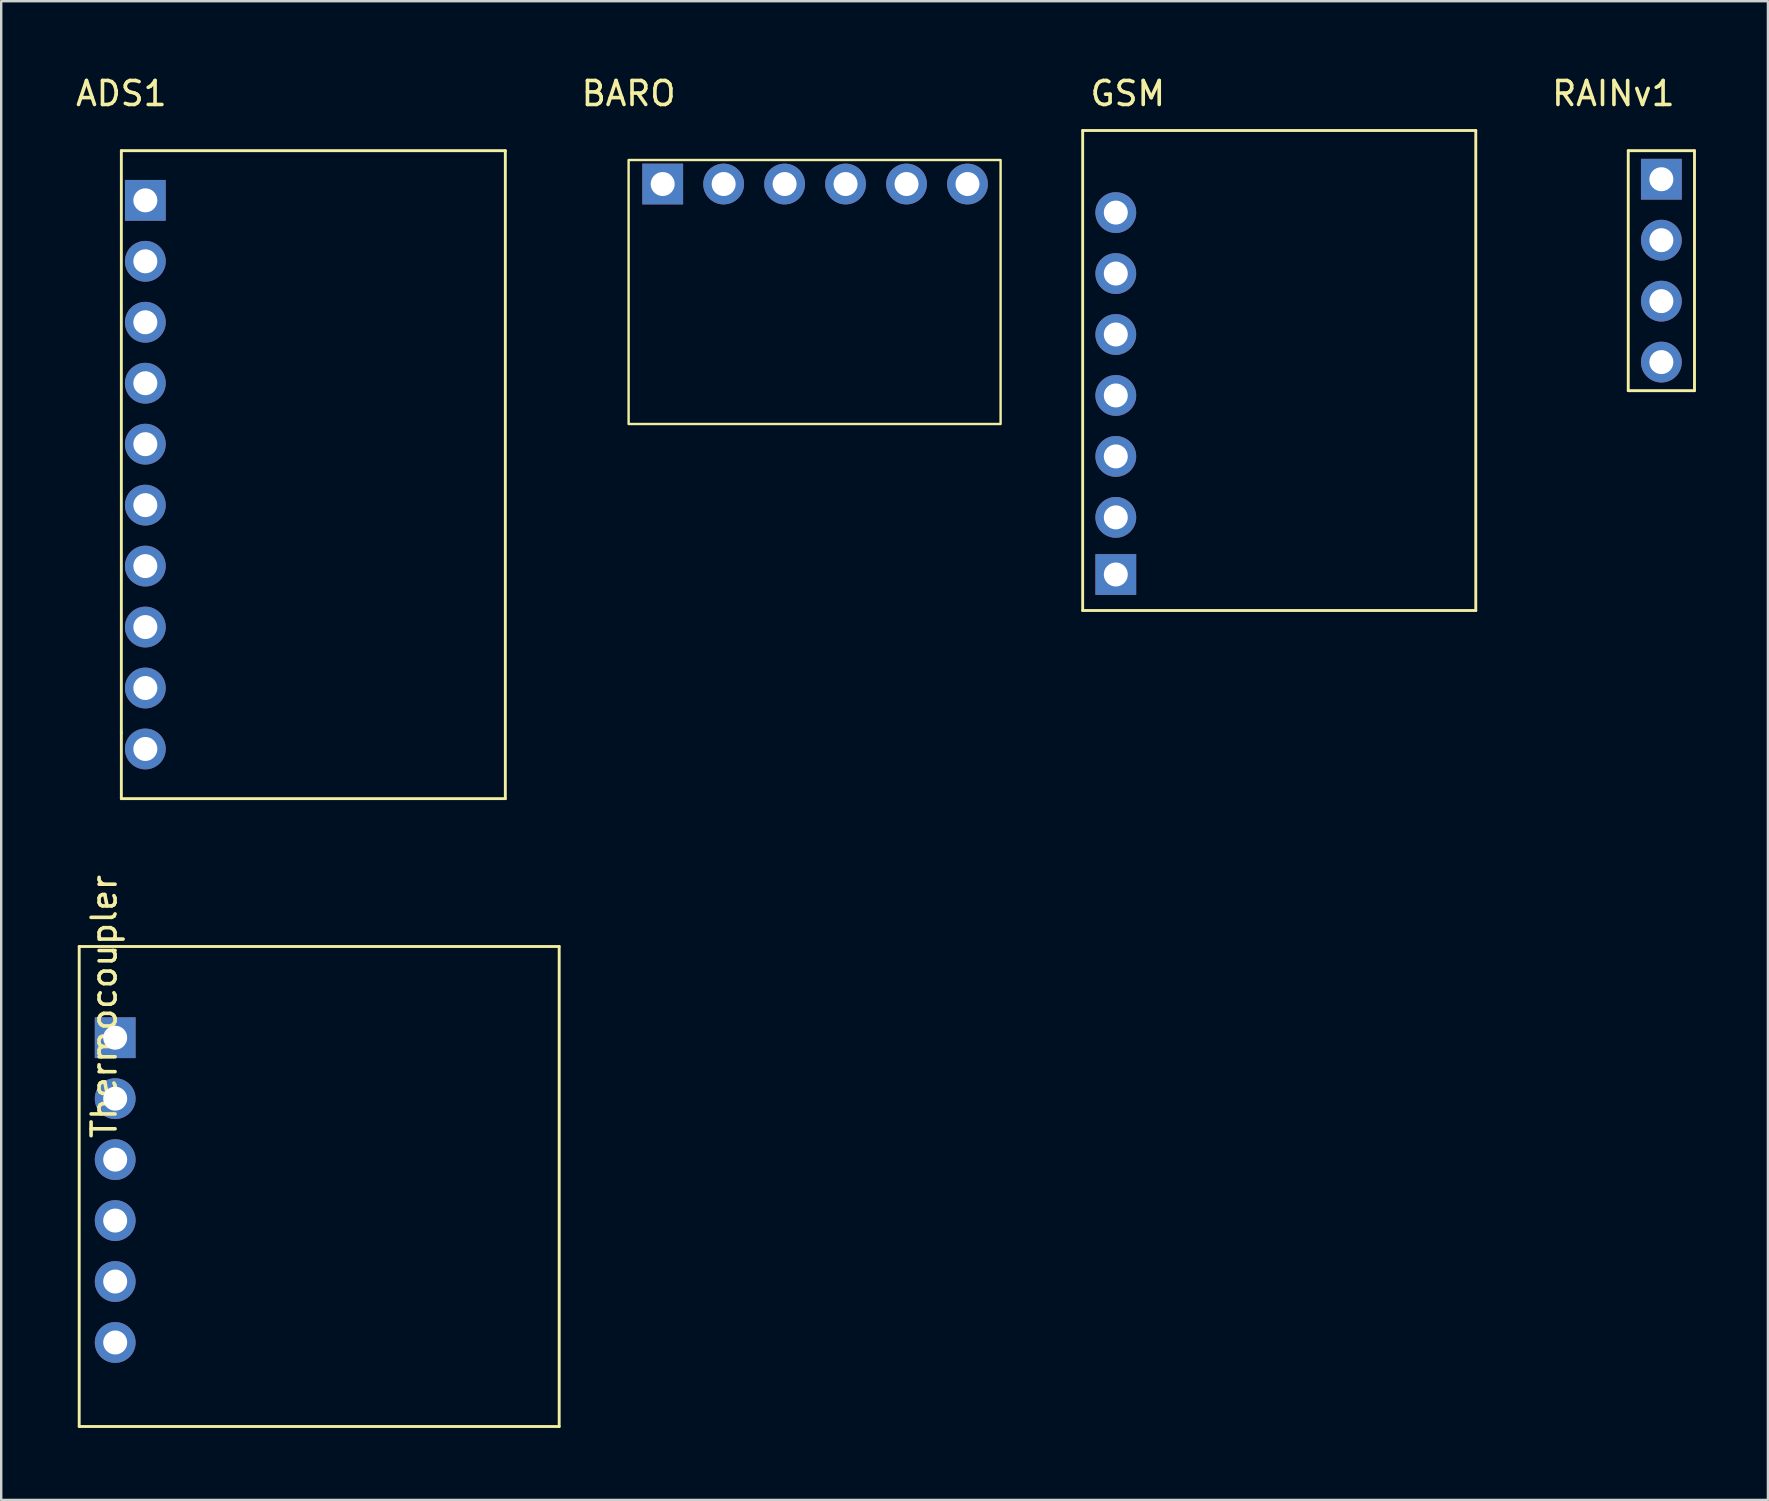
<source format=kicad_pcb>
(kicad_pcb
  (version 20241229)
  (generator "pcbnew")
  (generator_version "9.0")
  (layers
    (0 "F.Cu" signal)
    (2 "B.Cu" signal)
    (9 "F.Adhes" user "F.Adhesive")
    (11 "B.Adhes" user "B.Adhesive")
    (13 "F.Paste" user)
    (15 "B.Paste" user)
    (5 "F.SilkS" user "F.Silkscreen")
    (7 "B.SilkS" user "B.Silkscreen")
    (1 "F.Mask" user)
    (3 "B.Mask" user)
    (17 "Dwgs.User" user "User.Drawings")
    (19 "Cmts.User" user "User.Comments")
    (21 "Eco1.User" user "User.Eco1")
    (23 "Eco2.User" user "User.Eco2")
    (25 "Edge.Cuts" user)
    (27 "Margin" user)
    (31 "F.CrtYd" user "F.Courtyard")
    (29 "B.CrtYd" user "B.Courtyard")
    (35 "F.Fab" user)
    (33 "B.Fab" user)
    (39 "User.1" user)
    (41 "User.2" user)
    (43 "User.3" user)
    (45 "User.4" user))
  (footprint "GSM"
    (layer "F.Cu")
    (at 41.943 0.888)
    (property "Reference" "GSM" (at 2 -0.04 0) (layer "F.SilkS") (effects (font (size 1 1) (thickness 0.15))))
    (attr through_hole)
    (fp_line (start 0.12 21.5) (end 0.12 1.5) (stroke (width 0.12) (type solid)) (layer "F.SilkS"))
    (fp_line (start 16.5 1.5) (end 0.12 1.5) (stroke (width 0.12) (type solid)) (layer "F.SilkS"))
    (fp_line (start 16.5 21.5) (end 0.12 21.5) (stroke (width 0.12) (type solid)) (layer "F.SilkS"))
    (fp_line (start 16.5 21.5) (end 16.5 1.5) (stroke (width 0.12) (type solid)) (layer "F.SilkS"))
    (pad "1" thru_hole rect (at 1.5 20 180) (size 1.7 1.7) (drill 1) (layers "*.Cu" "*.Mask"))
    (pad "2" thru_hole circle (at 1.5 17.62 180) (size 1.7 1.7) (drill 1) (layers "*.Cu" "*.Mask"))
    (pad "3" thru_hole circle (at 1.5 15.08 180) (size 1.7 1.7) (drill 1) (layers "*.Cu" "*.Mask"))
    (pad "4" thru_hole circle (at 1.5 12.54 180) (size 1.7 1.7) (drill 1) (layers "*.Cu" "*.Mask"))
    (pad "5" thru_hole circle (at 1.5 10 180) (size 1.7 1.7) (drill 1) (layers "*.Cu" "*.Mask"))
    (pad "6" thru_hole circle (at 1.5 7.46 180) (size 1.7 1.7) (drill 1) (layers "*.Cu" "*.Mask"))
    (pad "7" thru_hole circle (at 1.5 4.92 180) (size 1.7 1.7) (drill 1) (layers "*.Cu" "*.Mask")))
  (footprint "RAINv1"
    (layer "F.Cu")
    (at 64.176 3.228)
    (property "Reference" "RAINv1" (at 0 -2.38 0) (layer "F.SilkS") (effects (font (size 1 1) (thickness 0.15))))
    (attr through_hole)
    (fp_line (start 0.62 0) (end 0.62 10) (stroke (width 0.12) (type solid)) (layer "F.SilkS"))
    (fp_line (start 0.62 0) (end 3.38 0) (stroke (width 0.12) (type solid)) (layer "F.SilkS"))
    (fp_line (start 0.62 10) (end 3.38 10) (stroke (width 0.12) (type solid)) (layer "F.SilkS"))
    (fp_line (start 3.38 0) (end 3.38 10) (stroke (width 0.12) (type solid)) (layer "F.SilkS"))
    (pad "1" thru_hole rect (at 2 1.19) (size 1.7 1.7) (drill 1) (layers "*.Cu" "*.Mask"))
    (pad "2" thru_hole circle (at 2 3.73) (size 1.7 1.7) (drill 1) (layers "*.Cu" "*.Mask"))
    (pad "3" thru_hole circle (at 2 6.27) (size 1.7 1.7) (drill 1) (layers "*.Cu" "*.Mask"))
    (pad "4" thru_hole circle (at 2 8.81) (size 1.7 1.7) (drill 1) (layers "*.Cu" "*.Mask")))
  (footprint "Thermocoupler"
    (layer "F.Cu")
    (at 0.25 36.389)
    (property "Reference" "Thermocoupler" (at 1.04 2.5 90) (layer "F.SilkS") (effects (font (size 1 1) (thickness 0.15))))
    (attr through_hole)
    (fp_line (start 0 0) (end 0 20) (stroke (width 0.12) (type solid)) (layer "F.SilkS"))
    (fp_line (start 0 0) (end 20 0) (stroke (width 0.12) (type solid)) (layer "F.SilkS"))
    (fp_line (start 0 20) (end 20 20) (stroke (width 0.12) (type solid)) (layer "F.SilkS"))
    (fp_line (start 20 0) (end 20 20) (stroke (width 0.12) (type solid)) (layer "F.SilkS"))
    (pad "1" thru_hole rect (at 1.5 3.8) (size 1.7 1.7) (drill 1) (layers "*.Cu" "*.Mask"))
    (pad "2" thru_hole circle (at 1.5 6.34) (size 1.7 1.7) (drill 1) (layers "*.Cu" "*.Mask"))
    (pad "3" thru_hole circle (at 1.5 8.88) (size 1.7 1.7) (drill 1) (layers "*.Cu" "*.Mask"))
    (pad "4" thru_hole circle (at 1.5 11.42) (size 1.7 1.7) (drill 1) (layers "*.Cu" "*.Mask"))
    (pad "5" thru_hole circle (at 1.5 13.96) (size 1.7 1.7) (drill 1) (layers "*.Cu" "*.Mask"))
    (pad "6" thru_hole circle (at 1.5 16.5) (size 1.7 1.7) (drill 1) (layers "*.Cu" "*.Mask")))
  (footprint "ADS1"
    (layer "F.Cu")
    (at 2.006 3.228)
    (property "Reference" "ADS1" (at 0 -2.38 0) (layer "F.SilkS") (effects (font (size 1 1) (thickness 0.15))))
    (attr through_hole)
    (fp_line (start 0 0) (end 16 0) (stroke (width 0.12) (type solid)) (layer "F.SilkS"))
    (fp_line (start 0 24.25) (end 0 0) (stroke (width 0.12) (type solid)) (layer "F.SilkS"))
    (fp_line (start 0 27) (end 0 24.25) (stroke (width 0.12) (type solid)) (layer "F.SilkS"))
    (fp_line (start 16 0) (end 16 27) (stroke (width 0.12) (type solid)) (layer "F.SilkS"))
    (fp_line (start 16 27) (end 0 27) (stroke (width 0.12) (type solid)) (layer "F.SilkS"))
    (pad "1" thru_hole rect (at 1 2.07) (size 1.7 1.7) (drill 1) (layers "*.Cu" "*.Mask"))
    (pad "2" thru_hole circle (at 1 4.61) (size 1.7 1.7) (drill 1) (layers "*.Cu" "*.Mask"))
    (pad "3" thru_hole circle (at 1 7.15) (size 1.7 1.7) (drill 1) (layers "*.Cu" "*.Mask"))
    (pad "4" thru_hole circle (at 1 9.69) (size 1.7 1.7) (drill 1) (layers "*.Cu" "*.Mask"))
    (pad "5" thru_hole circle (at 1 12.23) (size 1.7 1.7) (drill 1) (layers "*.Cu" "*.Mask"))
    (pad "6" thru_hole circle (at 1 14.77) (size 1.7 1.7) (drill 1) (layers "*.Cu" "*.Mask"))
    (pad "7" thru_hole circle (at 1 17.31) (size 1.7 1.7) (drill 1) (layers "*.Cu" "*.Mask"))
    (pad "8" thru_hole circle (at 1 19.85) (size 1.7 1.7) (drill 1) (layers "*.Cu" "*.Mask"))
    (pad "9" thru_hole circle (at 1 22.39) (size 1.7 1.7) (drill 1) (layers "*.Cu" "*.Mask"))
    (pad "10" thru_hole circle (at 1 24.93) (size 1.7 1.7) (drill 1) (layers "*.Cu" "*.Mask")))
  (footprint "BARO"
    (layer "F.Cu")
    (at 23.143 3.618)
    (property "Reference" "BARO" (at 0 -2.77 0) (layer "F.SilkS") (effects (font (size 1 1) (thickness 0.15))))
    (attr through_hole)
    (fp_rect (start 0 0) (end 15.5 11) (stroke (width 0.1) (type default)) (fill no) (layer "F.SilkS"))
    (pad "1" thru_hole rect (at 1.42 1 90) (size 1.7 1.7) (drill 1) (layers "*.Cu" "*.Mask"))
    (pad "2" thru_hole circle (at 3.96 1 90) (size 1.7 1.7) (drill 1) (layers "*.Cu" "*.Mask"))
    (pad "3" thru_hole circle (at 6.5 1 90) (size 1.7 1.7) (drill 1) (layers "*.Cu" "*.Mask"))
    (pad "4" thru_hole circle (at 9.04 1 90) (size 1.7 1.7) (drill 1) (layers "*.Cu" "*.Mask"))
    (pad "5" thru_hole circle (at 11.58 1 90) (size 1.7 1.7) (drill 1) (layers "*.Cu" "*.Mask"))
    (pad "6" thru_hole circle (at 14.12 1 90) (size 1.7 1.7) (drill 1) (layers "*.Cu" "*.Mask")))
  (gr_rect
    (start -3 -3)
    (end 70.616 59.449)
    (stroke (width 0.1) (type default))
    (fill no)
    (layer "Edge.Cuts")))
</source>
